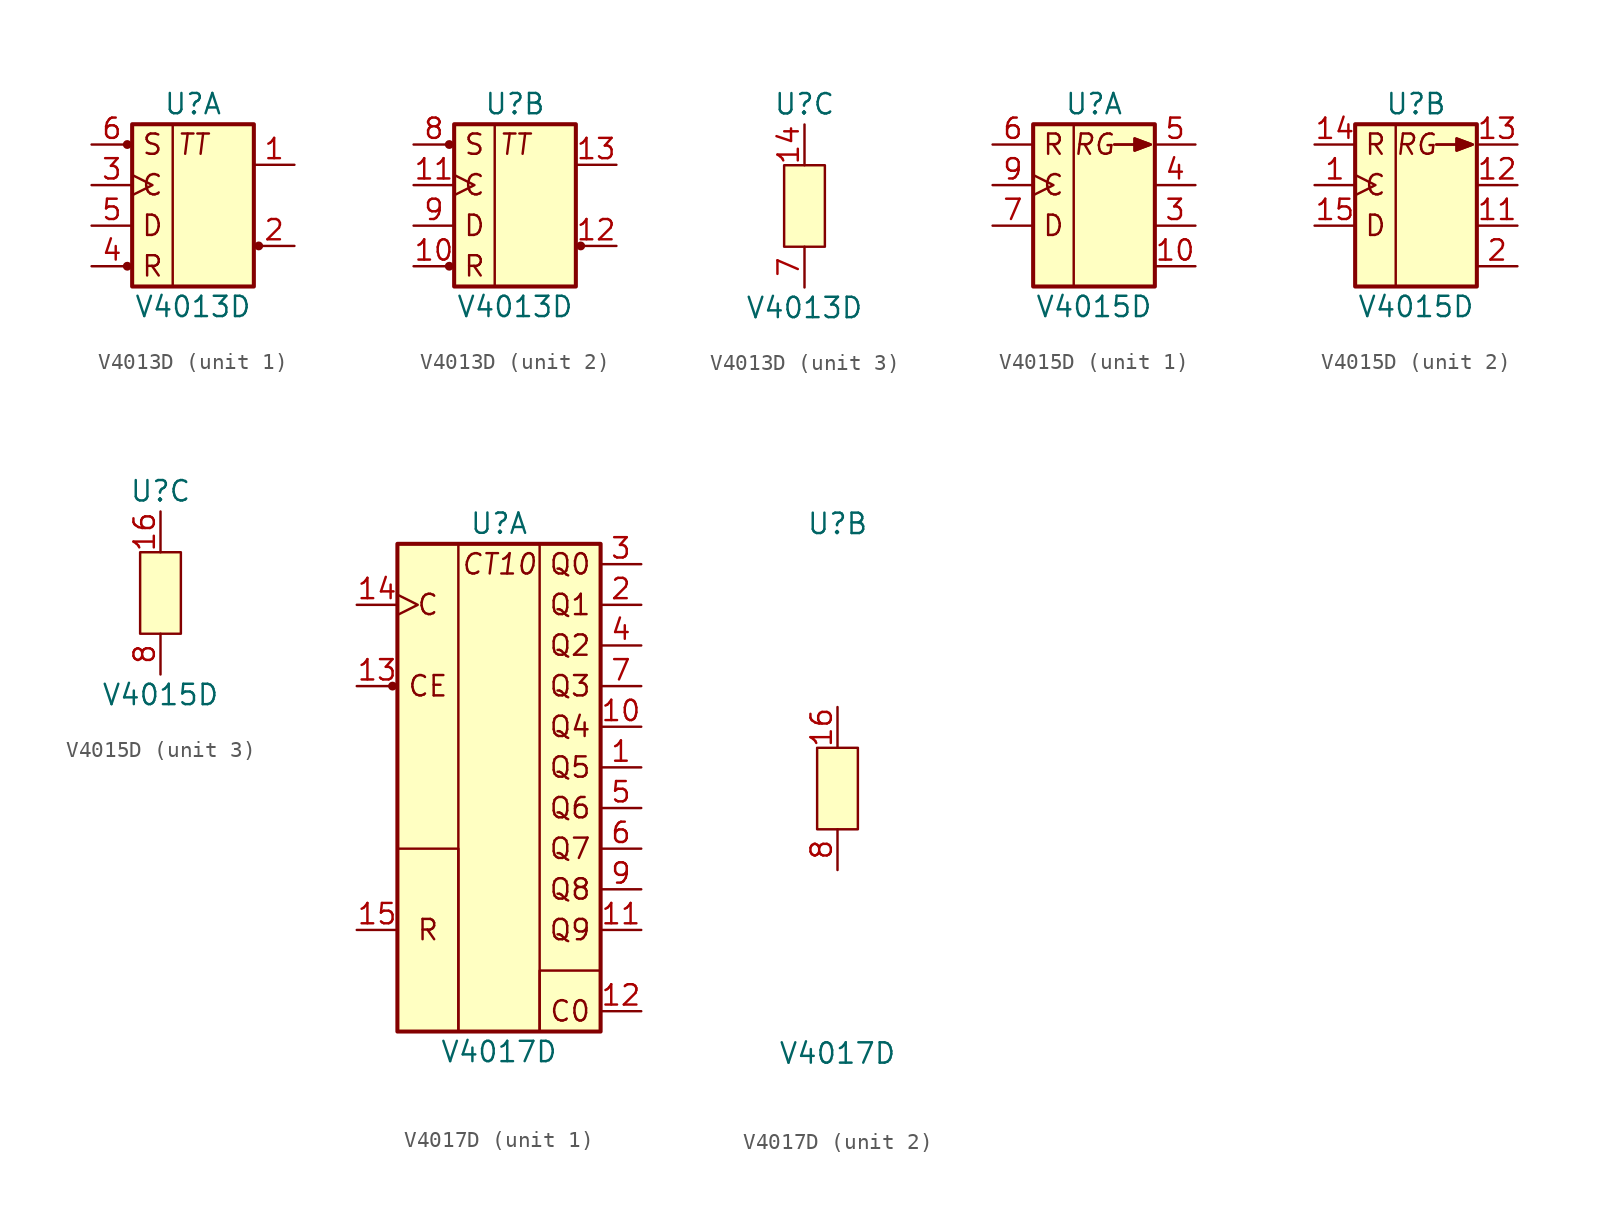
<source format=kicad_sym>
(kicad_symbol_lib
  (version 20211014)
  (generator kicad_symbol_editor)
  (symbol "V4013D"
    (pin_names
      (offset 1.016) hide)
    (property "Reference" "U"
      (at 0 6.35 0)
      (effects (font (size 1.27 1.27))))
    (property "Value" "V4013D"
      (at 0 -6.35 0)
      (effects (font (size 1.27 1.27))))
    (property "ki_locked" ""
      (at 0 0 0)
      (effects (font (size 1.27 1.27))))
    (symbol "V4013D_1_1"
      (circle (center -4.115 -3.81) (radius 0.203) (stroke (width 0) (type default) (color 0 0 0 0)) (fill (type outline)))
      (circle (center -4.115 3.81) (radius 0.203) (stroke (width 0) (type default) (color 0 0 0 0)) (fill (type outline)))
      (rectangle (start -3.81 5.08) (end -1.27 -5.08) (stroke (width 0) (type default) (color 0 0 0 0)) (fill (type none)))
      (rectangle (start -3.81 5.08) (end 3.81 -5.08) (stroke (width 0.254) (type default) (color 0 0 0 0)) (fill (type background)))
      (circle (center 4.115 -2.54) (radius 0.203) (stroke (width 0) (type default) (color 0 0 0 0)) (fill (type outline)))
      (text "C" (at -2.54 1.27 0) (effects (font (size 1.27 1.27))))
      (text "D" (at -2.54 -1.27 0) (effects (font (size 1.27 1.27))))
      (text "R" (at -2.54 -3.81 0) (effects (font (size 1.27 1.27))))
      (text "S" (at -2.54 3.81 0) (effects (font (size 1.27 1.27))))
      (text "TT" (at 0 3.81 0) (effects (font (size 1.27 1.27) italic)))
      (pin output line (at 6.35 2.54 180) (length 2.54) (name "Q1" (effects (font (size 1.27 1.27)))) (number "1" (effects (font (size 1.27 1.27)))))
      (pin output line (at 6.35 -2.54 180) (length 2.54) (name "/Q1" (effects (font (size 1.27 1.27)))) (number "2" (effects (font (size 1.27 1.27)))))
      (pin input clock (at -6.35 1.27 0) (length 2.54) (name "T1" (effects (font (size 1.27 1.27)))) (number "3" (effects (font (size 1.27 1.27)))))
      (pin input line (at -6.35 -3.81 0) (length 2.54) (name "R1" (effects (font (size 1.27 1.27)))) (number "4" (effects (font (size 1.27 1.27)))))
      (pin input line (at -6.35 -1.27 0) (length 2.54) (name "D1" (effects (font (size 1.27 1.27)))) (number "5" (effects (font (size 1.27 1.27)))))
      (pin input line (at -6.35 3.81 0) (length 2.54) (name "S1" (effects (font (size 1.27 1.27)))) (number "6" (effects (font (size 1.27 1.27))))))
    (symbol "V4013D_2_1"
      (circle (center -4.115 -3.81) (radius 0.203) (stroke (width 0) (type default) (color 0 0 0 0)) (fill (type outline)))
      (circle (center -4.115 3.81) (radius 0.203) (stroke (width 0) (type default) (color 0 0 0 0)) (fill (type outline)))
      (rectangle (start -3.81 5.08) (end -1.27 -5.08) (stroke (width 0) (type default) (color 0 0 0 0)) (fill (type none)))
      (rectangle (start -3.81 5.08) (end 3.81 -5.08) (stroke (width 0.254) (type default) (color 0 0 0 0)) (fill (type background)))
      (circle (center 4.115 -2.54) (radius 0.203) (stroke (width 0) (type default) (color 0 0 0 0)) (fill (type outline)))
      (text "C" (at -2.54 1.27 0) (effects (font (size 1.27 1.27))))
      (text "D" (at -2.54 -1.27 0) (effects (font (size 1.27 1.27))))
      (text "R" (at -2.54 -3.81 0) (effects (font (size 1.27 1.27))))
      (text "S" (at -2.54 3.81 0) (effects (font (size 1.27 1.27))))
      (text "TT" (at 0 3.81 0) (effects (font (size 1.27 1.27) italic)))
      (pin input line (at -6.35 -3.81 0) (length 2.54) (name "R2" (effects (font (size 1.27 1.27)))) (number "10" (effects (font (size 1.27 1.27)))))
      (pin input clock (at -6.35 1.27 0) (length 2.54) (name "T2" (effects (font (size 1.27 1.27)))) (number "11" (effects (font (size 1.27 1.27)))))
      (pin output line (at 6.35 -2.54 180) (length 2.54) (name "/Q2" (effects (font (size 1.27 1.27)))) (number "12" (effects (font (size 1.27 1.27)))))
      (pin output line (at 6.35 2.54 180) (length 2.54) (name "Q2" (effects (font (size 1.27 1.27)))) (number "13" (effects (font (size 1.27 1.27)))))
      (pin input line (at -6.35 3.81 0) (length 2.54) (name "S2" (effects (font (size 1.27 1.27)))) (number "8" (effects (font (size 1.27 1.27)))))
      (pin input line (at -6.35 -1.27 0) (length 2.54) (name "D2" (effects (font (size 1.27 1.27)))) (number "9" (effects (font (size 1.27 1.27))))))
    (symbol "V4013D_3_1"
      (rectangle (start -1.27 2.54) (end 1.27 -2.54) (stroke (width 0) (type default) (color 0 0 0 0)) (fill (type background)))
      (pin power_in line (at 0 5.08 270) (length 2.54) (name "Vcc" (effects (font (size 1.27 1.27)))) (number "14" (effects (font (size 1.27 1.27)))))
      (pin power_in line (at 0 -5.08 90) (length 2.54) (name "GND" (effects (font (size 1.27 1.27)))) (number "7" (effects (font (size 1.27 1.27)))))))
  (symbol "V4015D"
    (pin_names
      (offset 1.016) hide)
    (property "Reference" "U"
      (at 0 6.35 0)
      (effects (font (size 1.27 1.27))))
    (property "Value" "V4015D"
      (at 0 -6.35 0)
      (effects (font (size 1.27 1.27))))
    (property "ki_locked" ""
      (at 0 0 0)
      (effects (font (size 1.27 1.27))))
    (symbol "V4015D_1_1"
      (rectangle (start -3.81 5.08) (end -1.27 -5.08) (stroke (width 0) (type default) (color 0 0 0 0)) (fill (type none)))
      (rectangle (start -3.81 5.08) (end 3.81 -5.08) (stroke (width 0.254) (type default) (color 0 0 0 0)) (fill (type background)))
      (polyline (pts (xy 1.27 3.81) (xy 2.54 3.81)) (stroke (width 0) (type default) (color 0 0 0 0)) (fill (type none)))
      (polyline (pts (xy 1.27 3.81) (xy 2.54 3.81)) (stroke (width 0) (type default) (color 0 0 0 0)) (fill (type none)))
      (polyline (pts (xy 2.54 3.429) (xy 3.556 3.81) (xy 2.54 4.191) (xy 2.54 3.429)) (stroke (width 0) (type default) (color 0 0 0 0)) (fill (type outline)))
      (polyline (pts (xy 2.54 3.429) (xy 3.556 3.81) (xy 2.54 4.191) (xy 2.54 3.429)) (stroke (width 0) (type default) (color 0 0 0 0)) (fill (type outline)))
      (text "C" (at -2.54 1.27 0) (effects (font (size 1.27 1.27))))
      (text "D" (at -2.54 -1.27 0) (effects (font (size 1.27 1.27))))
      (text "R" (at -2.54 3.81 0) (effects (font (size 1.27 1.27))))
      (text "RG" (at 0 3.81 0) (effects (font (size 1.27 1.27) italic)))
      (pin output line (at 6.35 -3.81 180) (length 2.54) (name "Q13" (effects (font (size 1.27 1.27)))) (number "10" (effects (font (size 1.27 1.27)))))
      (pin output line (at 6.35 -1.27 180) (length 2.54) (name "Q12" (effects (font (size 1.27 1.27)))) (number "3" (effects (font (size 1.27 1.27)))))
      (pin output line (at 6.35 1.27 180) (length 2.54) (name "Q11" (effects (font (size 1.27 1.27)))) (number "4" (effects (font (size 1.27 1.27)))))
      (pin output line (at 6.35 3.81 180) (length 2.54) (name "Q10" (effects (font (size 1.27 1.27)))) (number "5" (effects (font (size 1.27 1.27)))))
      (pin input line (at -6.35 3.81 0) (length 2.54) (name "R1" (effects (font (size 1.27 1.27)))) (number "6" (effects (font (size 1.27 1.27)))))
      (pin input line (at -6.35 -1.27 0) (length 2.54) (name "D1" (effects (font (size 1.27 1.27)))) (number "7" (effects (font (size 1.27 1.27)))))
      (pin input clock (at -6.35 1.27 0) (length 2.54) (name "T1" (effects (font (size 1.27 1.27)))) (number "9" (effects (font (size 1.27 1.27))))))
    (symbol "V4015D_2_1"
      (rectangle (start -3.81 5.08) (end -1.27 -5.08) (stroke (width 0) (type default) (color 0 0 0 0)) (fill (type none)))
      (rectangle (start -3.81 5.08) (end 3.81 -5.08) (stroke (width 0.254) (type default) (color 0 0 0 0)) (fill (type background)))
      (polyline (pts (xy 1.27 3.81) (xy 2.54 3.81)) (stroke (width 0) (type default) (color 0 0 0 0)) (fill (type none)))
      (polyline (pts (xy 1.27 3.81) (xy 2.54 3.81)) (stroke (width 0) (type default) (color 0 0 0 0)) (fill (type none)))
      (polyline (pts (xy 2.54 3.429) (xy 3.556 3.81) (xy 2.54 4.191) (xy 2.54 3.429)) (stroke (width 0) (type default) (color 0 0 0 0)) (fill (type outline)))
      (polyline (pts (xy 2.54 3.429) (xy 3.556 3.81) (xy 2.54 4.191) (xy 2.54 3.429)) (stroke (width 0) (type default) (color 0 0 0 0)) (fill (type outline)))
      (text "C" (at -2.54 1.27 0) (effects (font (size 1.27 1.27))))
      (text "D" (at -2.54 -1.27 0) (effects (font (size 1.27 1.27))))
      (text "R" (at -2.54 3.81 0) (effects (font (size 1.27 1.27))))
      (text "RG" (at 0 3.81 0) (effects (font (size 1.27 1.27) italic)))
      (pin input clock (at -6.35 1.27 0) (length 2.54) (name "T2" (effects (font (size 1.27 1.27)))) (number "1" (effects (font (size 1.27 1.27)))))
      (pin output line (at 6.35 -1.27 180) (length 2.54) (name "Q22" (effects (font (size 1.27 1.27)))) (number "11" (effects (font (size 1.27 1.27)))))
      (pin output line (at 6.35 1.27 180) (length 2.54) (name "Q21" (effects (font (size 1.27 1.27)))) (number "12" (effects (font (size 1.27 1.27)))))
      (pin output line (at 6.35 3.81 180) (length 2.54) (name "Q20" (effects (font (size 1.27 1.27)))) (number "13" (effects (font (size 1.27 1.27)))))
      (pin input line (at -6.35 3.81 0) (length 2.54) (name "R2" (effects (font (size 1.27 1.27)))) (number "14" (effects (font (size 1.27 1.27)))))
      (pin input line (at -6.35 -1.27 0) (length 2.54) (name "D2" (effects (font (size 1.27 1.27)))) (number "15" (effects (font (size 1.27 1.27)))))
      (pin output line (at 6.35 -3.81 180) (length 2.54) (name "Q23" (effects (font (size 1.27 1.27)))) (number "2" (effects (font (size 1.27 1.27))))))
    (symbol "V4015D_3_1"
      (rectangle (start -1.27 2.54) (end 1.27 -2.54) (stroke (width 0) (type default) (color 0 0 0 0)) (fill (type background)))
      (pin power_in line (at 0 5.08 270) (length 2.54) (name "Vcc" (effects (font (size 1.27 1.27)))) (number "16" (effects (font (size 1.27 1.27)))))
      (pin power_in line (at 0 -5.08 90) (length 2.54) (name "GND" (effects (font (size 1.27 1.27)))) (number "8" (effects (font (size 1.27 1.27)))))))
  (symbol "V4017D"
    (pin_names
      (offset 1.016) hide)
    (property "Reference" "U"
      (at 0 16.51 0)
      (effects (font (size 1.27 1.27))))
    (property "Value" "V4017D"
      (at 0 -16.51 0)
      (effects (font (size 1.27 1.27))))
    (property "ki_locked" ""
      (at 0 0 0)
      (effects (font (size 1.27 1.27))))
    (symbol "V4017D_1_0"
      (text "C" (at -4.445 11.43 0) (effects (font (size 1.27 1.27))))
      (text "C0" (at 4.445 -13.97 0) (effects (font (size 1.27 1.27))))
      (text "CE" (at -4.445 6.35 0) (effects (font (size 1.27 1.27))))
      (text "CT10" (at 0 13.97 0) (effects (font (size 1.27 1.27) italic)))
      (text "Q0" (at 4.445 13.97 0) (effects (font (size 1.27 1.27))))
      (text "Q1" (at 4.445 11.43 0) (effects (font (size 1.27 1.27))))
      (text "Q2" (at 4.445 8.89 0) (effects (font (size 1.27 1.27))))
      (text "Q3" (at 4.445 6.35 0) (effects (font (size 1.27 1.27))))
      (text "Q4" (at 4.445 3.81 0) (effects (font (size 1.27 1.27))))
      (text "Q5" (at 4.445 1.27 0) (effects (font (size 1.27 1.27))))
      (text "Q6" (at 4.445 -1.27 0) (effects (font (size 1.27 1.27))))
      (text "Q7" (at 4.445 -3.81 0) (effects (font (size 1.27 1.27))))
      (text "Q8" (at 4.445 -6.35 0) (effects (font (size 1.27 1.27))))
      (text "Q9" (at 4.445 -8.89 0) (effects (font (size 1.27 1.27))))
      (text "R" (at -4.445 -8.89 0) (effects (font (size 1.27 1.27)))))
    (symbol "V4017D_1_1"
      (circle (center -6.655 6.35) (radius 0.203) (stroke (width 0) (type default) (color 0 0 0 0)) (fill (type outline)))
      (rectangle (start -6.35 -3.81) (end -2.54 -15.24) (stroke (width 0) (type default) (color 0 0 0 0)) (fill (type none)))
      (rectangle (start -6.35 15.24) (end 6.35 -15.24) (stroke (width 0.254) (type default) (color 0 0 0 0)) (fill (type background)))
      (rectangle (start -2.54 15.24) (end 2.54 -15.24) (stroke (width 0) (type default) (color 0 0 0 0)) (fill (type none)))
      (rectangle (start 2.54 -11.43) (end 6.35 -15.24) (stroke (width 0) (type default) (color 0 0 0 0)) (fill (type none)))
      (pin output line (at 8.89 1.27 180) (length 2.54) (name "Q5" (effects (font (size 1.27 1.27)))) (number "1" (effects (font (size 1.27 1.27)))))
      (pin output line (at 8.89 3.81 180) (length 2.54) (name "Q4" (effects (font (size 1.27 1.27)))) (number "10" (effects (font (size 1.27 1.27)))))
      (pin output line (at 8.89 -8.89 180) (length 2.54) (name "Q9" (effects (font (size 1.27 1.27)))) (number "11" (effects (font (size 1.27 1.27)))))
      (pin output line (at 8.89 -13.97 180) (length 2.54) (name "C0" (effects (font (size 1.27 1.27)))) (number "12" (effects (font (size 1.27 1.27)))))
      (pin input line (at -8.89 6.35 0) (length 2.54) (name "~{CE}" (effects (font (size 1.27 1.27)))) (number "13" (effects (font (size 1.27 1.27)))))
      (pin input clock (at -8.89 11.43 0) (length 2.54) (name "C" (effects (font (size 1.27 1.27)))) (number "14" (effects (font (size 1.27 1.27)))))
      (pin input line (at -8.89 -8.89 0) (length 2.54) (name "R" (effects (font (size 1.27 1.27)))) (number "15" (effects (font (size 1.27 1.27)))))
      (pin output line (at 8.89 11.43 180) (length 2.54) (name "Q1" (effects (font (size 1.27 1.27)))) (number "2" (effects (font (size 1.27 1.27)))))
      (pin output line (at 8.89 13.97 180) (length 2.54) (name "Q0" (effects (font (size 1.27 1.27)))) (number "3" (effects (font (size 1.27 1.27)))))
      (pin output line (at 8.89 8.89 180) (length 2.54) (name "Q2" (effects (font (size 1.27 1.27)))) (number "4" (effects (font (size 1.27 1.27)))))
      (pin output line (at 8.89 -1.27 180) (length 2.54) (name "Q6" (effects (font (size 1.27 1.27)))) (number "5" (effects (font (size 1.27 1.27)))))
      (pin output line (at 8.89 -3.81 180) (length 2.54) (name "Q7" (effects (font (size 1.27 1.27)))) (number "6" (effects (font (size 1.27 1.27)))))
      (pin output line (at 8.89 6.35 180) (length 2.54) (name "Q3" (effects (font (size 1.27 1.27)))) (number "7" (effects (font (size 1.27 1.27)))))
      (pin output line (at 8.89 -6.35 180) (length 2.54) (name "Q8" (effects (font (size 1.27 1.27)))) (number "9" (effects (font (size 1.27 1.27))))))
    (symbol "V4017D_2_1"
      (rectangle (start -1.27 2.54) (end 1.27 -2.54) (stroke (width 0) (type default) (color 0 0 0 0)) (fill (type background)))
      (pin power_in line (at 0 5.08 270) (length 2.54) (name "Vcc" (effects (font (size 1.27 1.27)))) (number "16" (effects (font (size 1.27 1.27)))))
      (pin power_in line (at 0 -5.08 90) (length 2.54) (name "GND" (effects (font (size 1.27 1.27)))) (number "8" (effects (font (size 1.27 1.27))))))))
</source>
